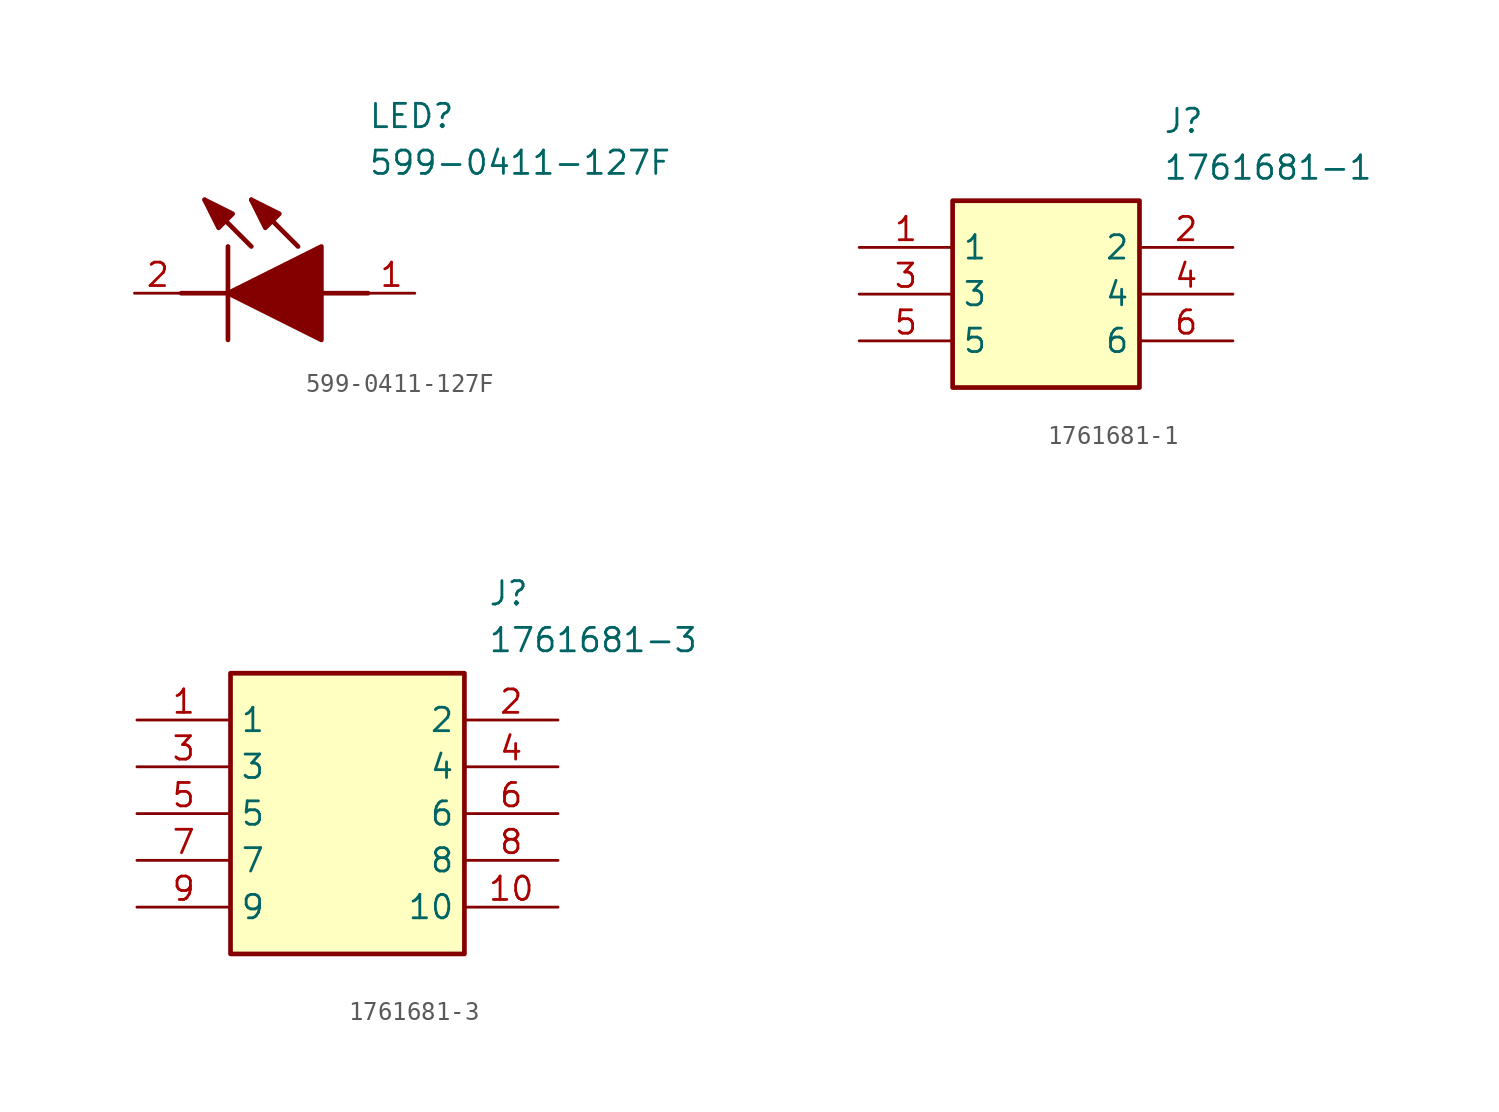
<source format=kicad_sym>
(kicad_symbol_lib
  (version 20220914)
  (generator SamacSys_ECAD_Model)
  (symbol "599-0411-127F"
    (pin_names hide)
    (property "Reference" "LED"
      (at 12.7 8.89 0)
      (effects (font (size 1.27 1.27)) (justify left bottom)))
    (property "Value" "599-0411-127F"
      (at 12.7 6.35 0)
      (effects (font (size 1.27 1.27)) (justify left bottom)))
    (polyline
      (pts (xy 5.08 2.54) (xy 5.08 -2.54))
      (stroke (width 0.254) (type default))
      (fill (type none)))
    (polyline
      (pts (xy 6.35 2.54) (xy 3.81 5.08))
      (stroke (width 0.254) (type default))
      (fill (type none)))
    (polyline
      (pts (xy 8.89 2.54) (xy 6.35 5.08))
      (stroke (width 0.254) (type default))
      (fill (type none)))
    (polyline
      (pts (xy 2.54 0) (xy 5.08 0))
      (stroke (width 0.254) (type default))
      (fill (type none)))
    (polyline
      (pts (xy 10.16 0) (xy 12.7 0))
      (stroke (width 0.254) (type default))
      (fill (type none)))
    (polyline
      (pts (xy 5.08 0) (xy 10.16 2.54) (xy 10.16 -2.54) (xy 5.08 0))
      (stroke (width 0.254) (type default))
      (fill (type outline)))
    (polyline
      (pts (xy 5.334 4.318) (xy 4.572 3.556) (xy 3.81 5.08) (xy 5.334 4.318))
      (stroke (width 0.254) (type default))
      (fill (type outline)))
    (polyline
      (pts (xy 7.874 4.318) (xy 7.112 3.556) (xy 6.35 5.08) (xy 7.874 4.318))
      (stroke (width 0.254) (type default))
      (fill (type outline)))
    (pin passive line
      (at 0 0 0)
      (length 2.54)
      (name "K" (effects (font (size 1.27 1.27))))
      (number "2" (effects (font (size 1.27 1.27)))))
    (pin passive line
      (at 15.24 0 180)
      (length 2.54)
      (name "A" (effects (font (size 1.27 1.27))))
      (number "1" (effects (font (size 1.27 1.27))))))
  (symbol "1761681-1"
    (property "Reference" "J"
      (at 16.51 7.62 0)
      (effects (font (size 1.27 1.27)) (justify left top)))
    (property "Value" "1761681-1"
      (at 16.51 5.08 0)
      (effects (font (size 1.27 1.27)) (justify left top)))
    (rectangle
      (start 5.08 2.54)
      (end 15.24 -7.62)
      (stroke (width 0.254) (type default))
      (fill (type background)))
    (pin passive line
      (at 0 0 0)
      (length 5.08)
      (name "1" (effects (font (size 1.27 1.27))))
      (number "1" (effects (font (size 1.27 1.27)))))
    (pin passive line
      (at 0 -2.54 0)
      (length 5.08)
      (name "3" (effects (font (size 1.27 1.27))))
      (number "3" (effects (font (size 1.27 1.27)))))
    (pin passive line
      (at 0 -5.08 0)
      (length 5.08)
      (name "5" (effects (font (size 1.27 1.27))))
      (number "5" (effects (font (size 1.27 1.27)))))
    (pin passive line
      (at 20.32 0 180)
      (length 5.08)
      (name "2" (effects (font (size 1.27 1.27))))
      (number "2" (effects (font (size 1.27 1.27)))))
    (pin passive line
      (at 20.32 -2.54 180)
      (length 5.08)
      (name "4" (effects (font (size 1.27 1.27))))
      (number "4" (effects (font (size 1.27 1.27)))))
    (pin passive line
      (at 20.32 -5.08 180)
      (length 5.08)
      (name "6" (effects (font (size 1.27 1.27))))
      (number "6" (effects (font (size 1.27 1.27))))))
  (symbol "1761681-3"
    (property "Reference" "J"
      (at 19.05 7.62 0)
      (effects (font (size 1.27 1.27)) (justify left top)))
    (property "Value" "1761681-3"
      (at 19.05 5.08 0)
      (effects (font (size 1.27 1.27)) (justify left top)))
    (rectangle
      (start 5.08 2.54)
      (end 17.78 -12.7)
      (stroke (width 0.254) (type default))
      (fill (type background)))
    (pin passive line
      (at 0 0 0)
      (length 5.08)
      (name "1" (effects (font (size 1.27 1.27))))
      (number "1" (effects (font (size 1.27 1.27)))))
    (pin passive line
      (at 0 -2.54 0)
      (length 5.08)
      (name "3" (effects (font (size 1.27 1.27))))
      (number "3" (effects (font (size 1.27 1.27)))))
    (pin passive line
      (at 0 -5.08 0)
      (length 5.08)
      (name "5" (effects (font (size 1.27 1.27))))
      (number "5" (effects (font (size 1.27 1.27)))))
    (pin passive line
      (at 0 -7.62 0)
      (length 5.08)
      (name "7" (effects (font (size 1.27 1.27))))
      (number "7" (effects (font (size 1.27 1.27)))))
    (pin passive line
      (at 0 -10.16 0)
      (length 5.08)
      (name "9" (effects (font (size 1.27 1.27))))
      (number "9" (effects (font (size 1.27 1.27)))))
    (pin passive line
      (at 22.86 0 180)
      (length 5.08)
      (name "2" (effects (font (size 1.27 1.27))))
      (number "2" (effects (font (size 1.27 1.27)))))
    (pin passive line
      (at 22.86 -2.54 180)
      (length 5.08)
      (name "4" (effects (font (size 1.27 1.27))))
      (number "4" (effects (font (size 1.27 1.27)))))
    (pin passive line
      (at 22.86 -5.08 180)
      (length 5.08)
      (name "6" (effects (font (size 1.27 1.27))))
      (number "6" (effects (font (size 1.27 1.27)))))
    (pin passive line
      (at 22.86 -7.62 180)
      (length 5.08)
      (name "8" (effects (font (size 1.27 1.27))))
      (number "8" (effects (font (size 1.27 1.27)))))
    (pin passive line
      (at 22.86 -10.16 180)
      (length 5.08)
      (name "10" (effects (font (size 1.27 1.27))))
      (number "10" (effects (font (size 1.27 1.27)))))))
</source>
